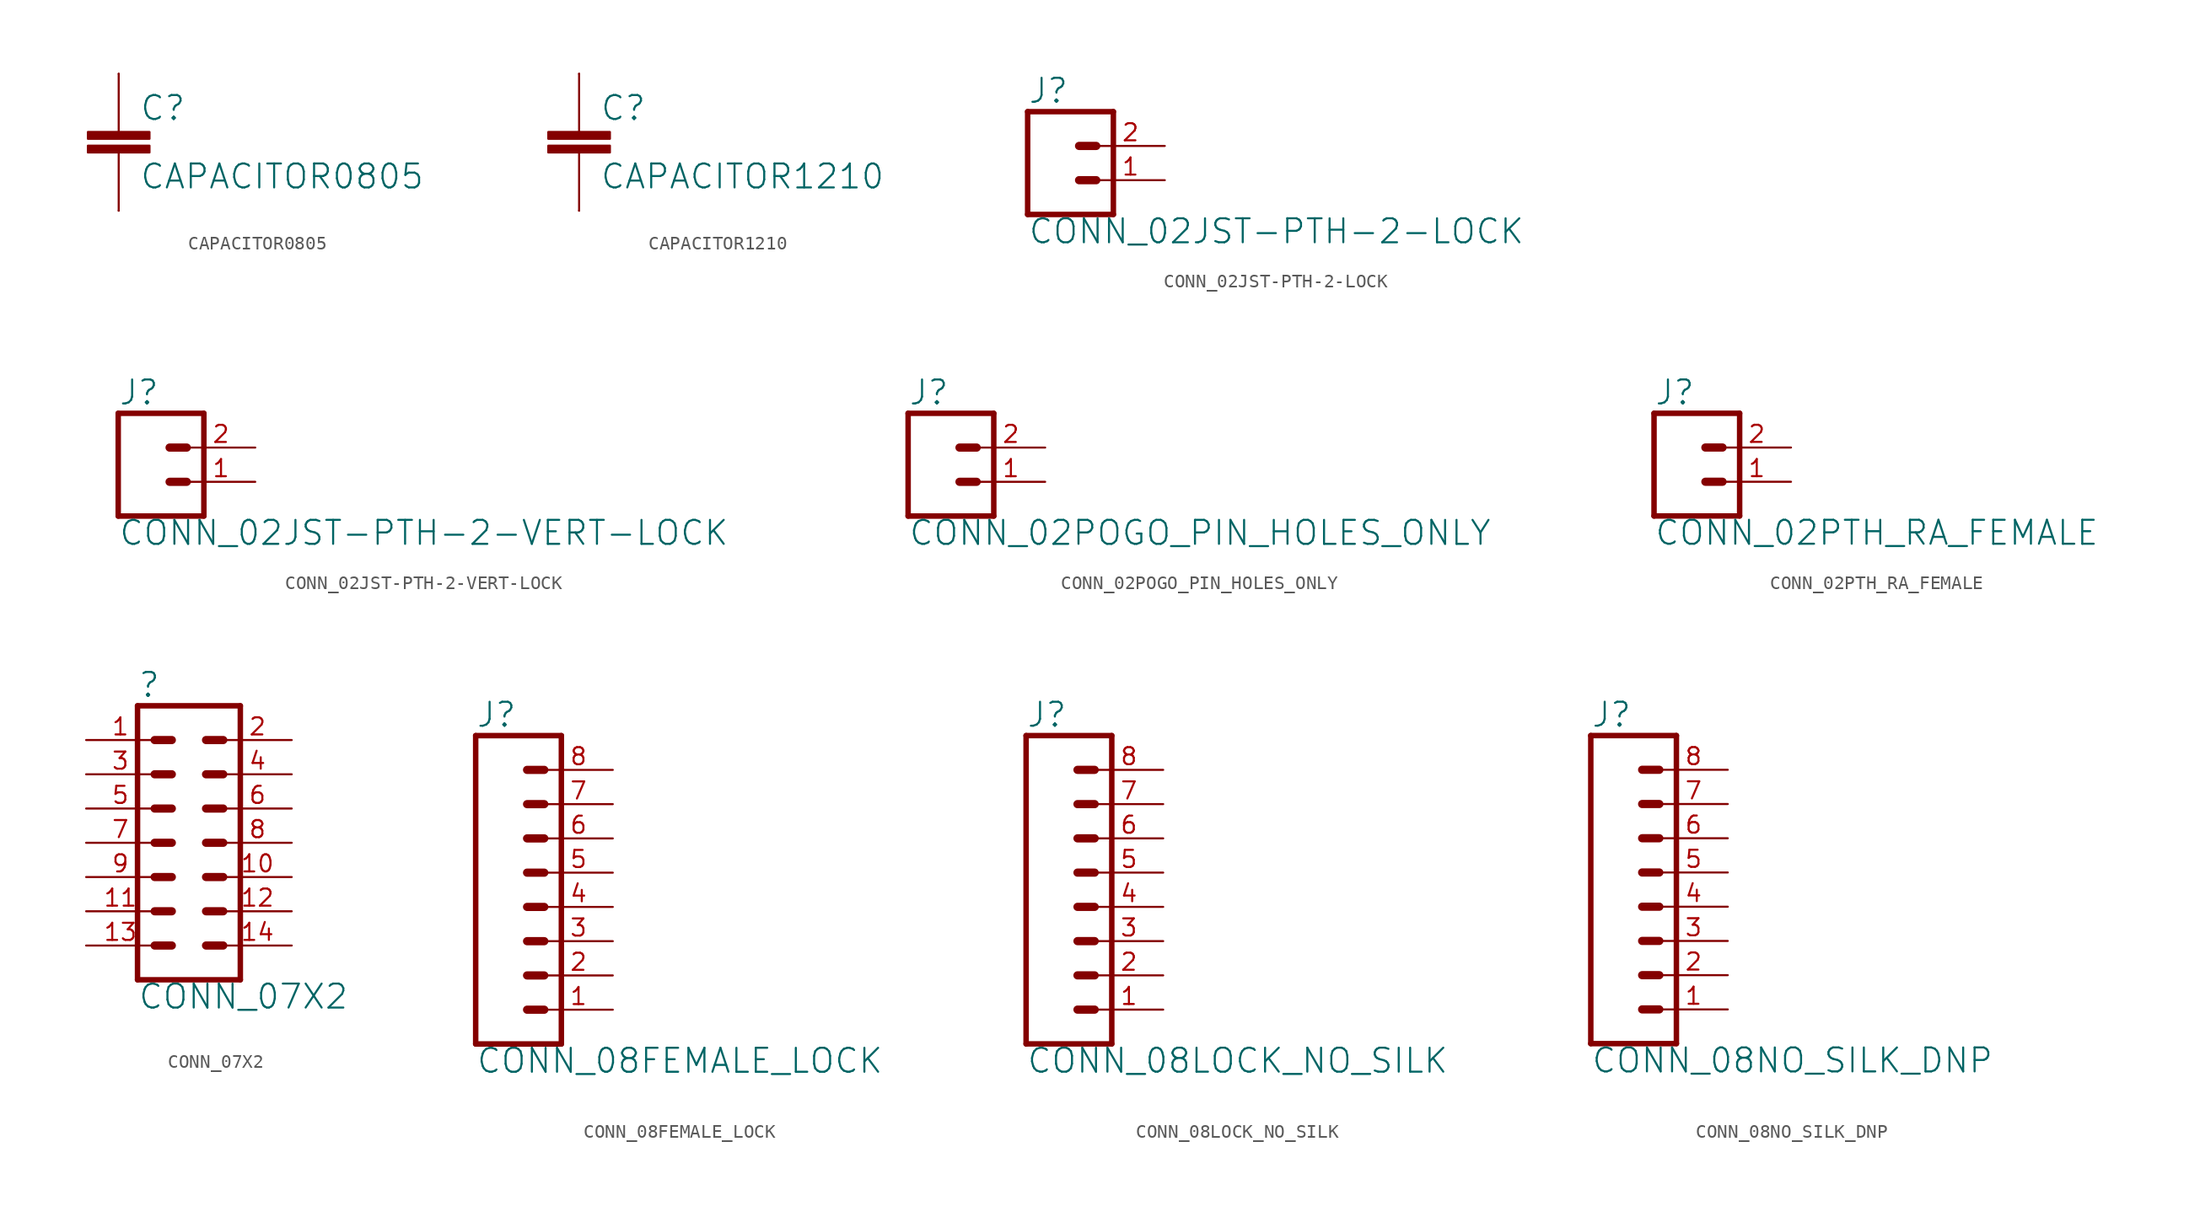
<source format=kicad_sym>
(kicad_symbol_lib
  (version 20211014)
  (generator kicad_symbol_editor)
  (symbol "CAPACITOR0805"
    (property "Reference" "C"
      (at 1.524 2.54 0)
      (effects (font (size 1.778 1.778)) (justify left)))
    (property "Value" "CAPACITOR0805"
      (at 1.524 -2.54 0)
      (effects (font (size 1.778 1.778)) (justify left)))
    (property "ki_locked" ""
      (at 0 0 0)
      (effects (font (size 1.27 1.27))))
    (symbol "CAPACITOR0805_1_0"
      (rectangle (start -2.286 -0.762) (end 2.286 -0.254) (stroke (width 0) (type default) (color 0 0 0 0)) (fill (type outline)))
      (rectangle (start -2.286 0.254) (end 2.286 0.762) (stroke (width 0) (type default) (color 0 0 0 0)) (fill (type outline)))
      (polyline (pts (xy 0 -0.762) (xy 0 -5.08)) (stroke (width 0.152) (type default) (color 0 0 0 0)) (fill (type none)))
      (polyline (pts (xy 0 5.08) (xy 0 0.762)) (stroke (width 0.152) (type default) (color 0 0 0 0)) (fill (type none)))
      (pin passive line (at 0 5.08 270) (length 0) (name "1" (effects (font (size 0 0)))) (number "1" (effects (font (size 0 0)))))
      (pin passive line (at 0 -5.08 90) (length 0) (name "2" (effects (font (size 0 0)))) (number "2" (effects (font (size 0 0)))))))
  (symbol "CAPACITOR1210"
    (property "Reference" "C"
      (at 1.524 2.54 0)
      (effects (font (size 1.778 1.778)) (justify left)))
    (property "Value" "CAPACITOR1210"
      (at 1.524 -2.54 0)
      (effects (font (size 1.778 1.778)) (justify left)))
    (property "ki_locked" ""
      (at 0 0 0)
      (effects (font (size 1.27 1.27))))
    (symbol "CAPACITOR1210_1_0"
      (rectangle (start -2.286 -0.762) (end 2.286 -0.254) (stroke (width 0) (type default) (color 0 0 0 0)) (fill (type outline)))
      (rectangle (start -2.286 0.254) (end 2.286 0.762) (stroke (width 0) (type default) (color 0 0 0 0)) (fill (type outline)))
      (polyline (pts (xy 0 -0.762) (xy 0 -5.08)) (stroke (width 0.152) (type default) (color 0 0 0 0)) (fill (type none)))
      (polyline (pts (xy 0 5.08) (xy 0 0.762)) (stroke (width 0.152) (type default) (color 0 0 0 0)) (fill (type none)))
      (pin passive line (at 0 5.08 270) (length 0) (name "1" (effects (font (size 0 0)))) (number "1" (effects (font (size 0 0)))))
      (pin passive line (at 0 -5.08 90) (length 0) (name "2" (effects (font (size 0 0)))) (number "2" (effects (font (size 0 0)))))))
  (symbol "CONN_02JST-PTH-2-LOCK"
    (property "Reference" "J"
      (at -2.54 5.588 0)
      (effects (font (size 1.778 1.778)) (justify left bottom)))
    (property "Value" "CONN_02JST-PTH-2-LOCK"
      (at -2.54 -4.826 0)
      (effects (font (size 1.778 1.778)) (justify left bottom)))
    (property "ki_locked" ""
      (at 0 0 0)
      (effects (font (size 1.27 1.27))))
    (symbol "CONN_02JST-PTH-2-LOCK_1_0"
      (polyline (pts (xy -2.54 5.08) (xy -2.54 -2.54)) (stroke (width 0.406) (type default) (color 0 0 0 0)) (fill (type none)))
      (polyline (pts (xy -2.54 5.08) (xy 3.81 5.08)) (stroke (width 0.406) (type default) (color 0 0 0 0)) (fill (type none)))
      (polyline (pts (xy 1.27 0) (xy 2.54 0)) (stroke (width 0.61) (type default) (color 0 0 0 0)) (fill (type none)))
      (polyline (pts (xy 1.27 2.54) (xy 2.54 2.54)) (stroke (width 0.61) (type default) (color 0 0 0 0)) (fill (type none)))
      (polyline (pts (xy 3.81 -2.54) (xy -2.54 -2.54)) (stroke (width 0.406) (type default) (color 0 0 0 0)) (fill (type none)))
      (polyline (pts (xy 3.81 -2.54) (xy 3.81 5.08)) (stroke (width 0.406) (type default) (color 0 0 0 0)) (fill (type none)))
      (pin passive line (at 7.62 0 180) (length 5.08) (name "1" (effects (font (size 0 0)))) (number "1" (effects (font (size 1.27 1.27)))))
      (pin passive line (at 7.62 2.54 180) (length 5.08) (name "2" (effects (font (size 0 0)))) (number "2" (effects (font (size 1.27 1.27)))))))
  (symbol "CONN_02JST-PTH-2-VERT-LOCK"
    (property "Reference" "J"
      (at -2.54 5.588 0)
      (effects (font (size 1.778 1.778)) (justify left bottom)))
    (property "Value" "CONN_02JST-PTH-2-VERT-LOCK"
      (at -2.54 -4.826 0)
      (effects (font (size 1.778 1.778)) (justify left bottom)))
    (property "ki_locked" ""
      (at 0 0 0)
      (effects (font (size 1.27 1.27))))
    (symbol "CONN_02JST-PTH-2-VERT-LOCK_1_0"
      (polyline (pts (xy -2.54 5.08) (xy -2.54 -2.54)) (stroke (width 0.406) (type default) (color 0 0 0 0)) (fill (type none)))
      (polyline (pts (xy -2.54 5.08) (xy 3.81 5.08)) (stroke (width 0.406) (type default) (color 0 0 0 0)) (fill (type none)))
      (polyline (pts (xy 1.27 0) (xy 2.54 0)) (stroke (width 0.61) (type default) (color 0 0 0 0)) (fill (type none)))
      (polyline (pts (xy 1.27 2.54) (xy 2.54 2.54)) (stroke (width 0.61) (type default) (color 0 0 0 0)) (fill (type none)))
      (polyline (pts (xy 3.81 -2.54) (xy -2.54 -2.54)) (stroke (width 0.406) (type default) (color 0 0 0 0)) (fill (type none)))
      (polyline (pts (xy 3.81 -2.54) (xy 3.81 5.08)) (stroke (width 0.406) (type default) (color 0 0 0 0)) (fill (type none)))
      (pin passive line (at 7.62 0 180) (length 5.08) (name "1" (effects (font (size 0 0)))) (number "1" (effects (font (size 1.27 1.27)))))
      (pin passive line (at 7.62 2.54 180) (length 5.08) (name "2" (effects (font (size 0 0)))) (number "2" (effects (font (size 1.27 1.27)))))))
  (symbol "CONN_02POGO_PIN_HOLES_ONLY"
    (property "Reference" "J"
      (at -2.54 5.588 0)
      (effects (font (size 1.778 1.778)) (justify left bottom)))
    (property "Value" "CONN_02POGO_PIN_HOLES_ONLY"
      (at -2.54 -4.826 0)
      (effects (font (size 1.778 1.778)) (justify left bottom)))
    (property "ki_locked" ""
      (at 0 0 0)
      (effects (font (size 1.27 1.27))))
    (symbol "CONN_02POGO_PIN_HOLES_ONLY_1_0"
      (polyline (pts (xy -2.54 5.08) (xy -2.54 -2.54)) (stroke (width 0.406) (type default) (color 0 0 0 0)) (fill (type none)))
      (polyline (pts (xy -2.54 5.08) (xy 3.81 5.08)) (stroke (width 0.406) (type default) (color 0 0 0 0)) (fill (type none)))
      (polyline (pts (xy 1.27 0) (xy 2.54 0)) (stroke (width 0.61) (type default) (color 0 0 0 0)) (fill (type none)))
      (polyline (pts (xy 1.27 2.54) (xy 2.54 2.54)) (stroke (width 0.61) (type default) (color 0 0 0 0)) (fill (type none)))
      (polyline (pts (xy 3.81 -2.54) (xy -2.54 -2.54)) (stroke (width 0.406) (type default) (color 0 0 0 0)) (fill (type none)))
      (polyline (pts (xy 3.81 -2.54) (xy 3.81 5.08)) (stroke (width 0.406) (type default) (color 0 0 0 0)) (fill (type none)))
      (pin passive line (at 7.62 0 180) (length 5.08) (name "1" (effects (font (size 0 0)))) (number "1" (effects (font (size 1.27 1.27)))))
      (pin passive line (at 7.62 2.54 180) (length 5.08) (name "2" (effects (font (size 0 0)))) (number "2" (effects (font (size 1.27 1.27)))))))
  (symbol "CONN_02PTH_RA_FEMALE"
    (property "Reference" "J"
      (at -2.54 5.588 0)
      (effects (font (size 1.778 1.778)) (justify left bottom)))
    (property "Value" "CONN_02PTH_RA_FEMALE"
      (at -2.54 -4.826 0)
      (effects (font (size 1.778 1.778)) (justify left bottom)))
    (property "ki_locked" ""
      (at 0 0 0)
      (effects (font (size 1.27 1.27))))
    (symbol "CONN_02PTH_RA_FEMALE_1_0"
      (polyline (pts (xy -2.54 5.08) (xy -2.54 -2.54)) (stroke (width 0.406) (type default) (color 0 0 0 0)) (fill (type none)))
      (polyline (pts (xy -2.54 5.08) (xy 3.81 5.08)) (stroke (width 0.406) (type default) (color 0 0 0 0)) (fill (type none)))
      (polyline (pts (xy 1.27 0) (xy 2.54 0)) (stroke (width 0.61) (type default) (color 0 0 0 0)) (fill (type none)))
      (polyline (pts (xy 1.27 2.54) (xy 2.54 2.54)) (stroke (width 0.61) (type default) (color 0 0 0 0)) (fill (type none)))
      (polyline (pts (xy 3.81 -2.54) (xy -2.54 -2.54)) (stroke (width 0.406) (type default) (color 0 0 0 0)) (fill (type none)))
      (polyline (pts (xy 3.81 -2.54) (xy 3.81 5.08)) (stroke (width 0.406) (type default) (color 0 0 0 0)) (fill (type none)))
      (pin passive line (at 7.62 0 180) (length 5.08) (name "1" (effects (font (size 0 0)))) (number "1" (effects (font (size 1.27 1.27)))))
      (pin passive line (at 7.62 2.54 180) (length 5.08) (name "2" (effects (font (size 0 0)))) (number "2" (effects (font (size 1.27 1.27)))))))
  (symbol "CONN_07X2"
    (property "Reference" ""
      (at -3.81 10.668 0)
      (effects (font (size 1.778 1.778)) (justify left bottom)))
    (property "Value" "CONN_07X2"
      (at -3.81 -12.446 0)
      (effects (font (size 1.778 1.778)) (justify left bottom)))
    (property "ki_locked" ""
      (at 0 0 0)
      (effects (font (size 1.27 1.27))))
    (symbol "CONN_07X2_1_0"
      (polyline (pts (xy -3.81 10.16) (xy -3.81 -10.16)) (stroke (width 0.406) (type default) (color 0 0 0 0)) (fill (type none)))
      (polyline (pts (xy -3.81 10.16) (xy 3.81 10.16)) (stroke (width 0.406) (type default) (color 0 0 0 0)) (fill (type none)))
      (polyline (pts (xy -1.27 -7.62) (xy -2.54 -7.62)) (stroke (width 0.61) (type default) (color 0 0 0 0)) (fill (type none)))
      (polyline (pts (xy -1.27 -5.08) (xy -2.54 -5.08)) (stroke (width 0.61) (type default) (color 0 0 0 0)) (fill (type none)))
      (polyline (pts (xy -1.27 -2.54) (xy -2.54 -2.54)) (stroke (width 0.61) (type default) (color 0 0 0 0)) (fill (type none)))
      (polyline (pts (xy -1.27 0) (xy -2.54 0)) (stroke (width 0.61) (type default) (color 0 0 0 0)) (fill (type none)))
      (polyline (pts (xy -1.27 2.54) (xy -2.54 2.54)) (stroke (width 0.61) (type default) (color 0 0 0 0)) (fill (type none)))
      (polyline (pts (xy -1.27 5.08) (xy -2.54 5.08)) (stroke (width 0.61) (type default) (color 0 0 0 0)) (fill (type none)))
      (polyline (pts (xy -1.27 7.62) (xy -2.54 7.62)) (stroke (width 0.61) (type default) (color 0 0 0 0)) (fill (type none)))
      (polyline (pts (xy 1.27 -7.62) (xy 2.54 -7.62)) (stroke (width 0.61) (type default) (color 0 0 0 0)) (fill (type none)))
      (polyline (pts (xy 1.27 -5.08) (xy 2.54 -5.08)) (stroke (width 0.61) (type default) (color 0 0 0 0)) (fill (type none)))
      (polyline (pts (xy 1.27 -2.54) (xy 2.54 -2.54)) (stroke (width 0.61) (type default) (color 0 0 0 0)) (fill (type none)))
      (polyline (pts (xy 1.27 0) (xy 2.54 0)) (stroke (width 0.61) (type default) (color 0 0 0 0)) (fill (type none)))
      (polyline (pts (xy 1.27 2.54) (xy 2.54 2.54)) (stroke (width 0.61) (type default) (color 0 0 0 0)) (fill (type none)))
      (polyline (pts (xy 1.27 5.08) (xy 2.54 5.08)) (stroke (width 0.61) (type default) (color 0 0 0 0)) (fill (type none)))
      (polyline (pts (xy 1.27 7.62) (xy 2.54 7.62)) (stroke (width 0.61) (type default) (color 0 0 0 0)) (fill (type none)))
      (polyline (pts (xy 3.81 -10.16) (xy -3.81 -10.16)) (stroke (width 0.406) (type default) (color 0 0 0 0)) (fill (type none)))
      (polyline (pts (xy 3.81 -10.16) (xy 3.81 10.16)) (stroke (width 0.406) (type default) (color 0 0 0 0)) (fill (type none)))
      (pin passive line (at -7.62 7.62 0) (length 5.08) (name "1" (effects (font (size 0 0)))) (number "1" (effects (font (size 1.27 1.27)))))
      (pin passive line (at 7.62 -2.54 180) (length 5.08) (name "10" (effects (font (size 0 0)))) (number "10" (effects (font (size 1.27 1.27)))))
      (pin passive line (at -7.62 -5.08 0) (length 5.08) (name "11" (effects (font (size 0 0)))) (number "11" (effects (font (size 1.27 1.27)))))
      (pin passive line (at 7.62 -5.08 180) (length 5.08) (name "12" (effects (font (size 0 0)))) (number "12" (effects (font (size 1.27 1.27)))))
      (pin passive line (at -7.62 -7.62 0) (length 5.08) (name "13" (effects (font (size 0 0)))) (number "13" (effects (font (size 1.27 1.27)))))
      (pin passive line (at 7.62 -7.62 180) (length 5.08) (name "14" (effects (font (size 0 0)))) (number "14" (effects (font (size 1.27 1.27)))))
      (pin passive line (at 7.62 7.62 180) (length 5.08) (name "2" (effects (font (size 0 0)))) (number "2" (effects (font (size 1.27 1.27)))))
      (pin passive line (at -7.62 5.08 0) (length 5.08) (name "3" (effects (font (size 0 0)))) (number "3" (effects (font (size 1.27 1.27)))))
      (pin passive line (at 7.62 5.08 180) (length 5.08) (name "4" (effects (font (size 0 0)))) (number "4" (effects (font (size 1.27 1.27)))))
      (pin passive line (at -7.62 2.54 0) (length 5.08) (name "5" (effects (font (size 0 0)))) (number "5" (effects (font (size 1.27 1.27)))))
      (pin passive line (at 7.62 2.54 180) (length 5.08) (name "6" (effects (font (size 0 0)))) (number "6" (effects (font (size 1.27 1.27)))))
      (pin passive line (at -7.62 0 0) (length 5.08) (name "7" (effects (font (size 0 0)))) (number "7" (effects (font (size 1.27 1.27)))))
      (pin passive line (at 7.62 0 180) (length 5.08) (name "8" (effects (font (size 0 0)))) (number "8" (effects (font (size 1.27 1.27)))))
      (pin passive line (at -7.62 -2.54 0) (length 5.08) (name "9" (effects (font (size 0 0)))) (number "9" (effects (font (size 1.27 1.27)))))))
  (symbol "CONN_08FEMALE_LOCK"
    (property "Reference" "J"
      (at -5.08 13.208 0)
      (effects (font (size 1.778 1.778)) (justify left bottom)))
    (property "Value" "CONN_08FEMALE_LOCK"
      (at -5.08 -12.446 0)
      (effects (font (size 1.778 1.778)) (justify left bottom)))
    (property "ki_locked" ""
      (at 0 0 0)
      (effects (font (size 1.27 1.27))))
    (symbol "CONN_08FEMALE_LOCK_1_0"
      (polyline (pts (xy -5.08 12.7) (xy -5.08 -10.16)) (stroke (width 0.406) (type default) (color 0 0 0 0)) (fill (type none)))
      (polyline (pts (xy -5.08 12.7) (xy 1.27 12.7)) (stroke (width 0.406) (type default) (color 0 0 0 0)) (fill (type none)))
      (polyline (pts (xy -1.27 -7.62) (xy 0 -7.62)) (stroke (width 0.61) (type default) (color 0 0 0 0)) (fill (type none)))
      (polyline (pts (xy -1.27 -5.08) (xy 0 -5.08)) (stroke (width 0.61) (type default) (color 0 0 0 0)) (fill (type none)))
      (polyline (pts (xy -1.27 -2.54) (xy 0 -2.54)) (stroke (width 0.61) (type default) (color 0 0 0 0)) (fill (type none)))
      (polyline (pts (xy -1.27 0) (xy 0 0)) (stroke (width 0.61) (type default) (color 0 0 0 0)) (fill (type none)))
      (polyline (pts (xy -1.27 2.54) (xy 0 2.54)) (stroke (width 0.61) (type default) (color 0 0 0 0)) (fill (type none)))
      (polyline (pts (xy -1.27 5.08) (xy 0 5.08)) (stroke (width 0.61) (type default) (color 0 0 0 0)) (fill (type none)))
      (polyline (pts (xy -1.27 7.62) (xy 0 7.62)) (stroke (width 0.61) (type default) (color 0 0 0 0)) (fill (type none)))
      (polyline (pts (xy -1.27 10.16) (xy 0 10.16)) (stroke (width 0.61) (type default) (color 0 0 0 0)) (fill (type none)))
      (polyline (pts (xy 1.27 -10.16) (xy -5.08 -10.16)) (stroke (width 0.406) (type default) (color 0 0 0 0)) (fill (type none)))
      (polyline (pts (xy 1.27 -10.16) (xy 1.27 12.7)) (stroke (width 0.406) (type default) (color 0 0 0 0)) (fill (type none)))
      (pin passive line (at 5.08 -7.62 180) (length 5.08) (name "1" (effects (font (size 0 0)))) (number "1" (effects (font (size 1.27 1.27)))))
      (pin passive line (at 5.08 -5.08 180) (length 5.08) (name "2" (effects (font (size 0 0)))) (number "2" (effects (font (size 1.27 1.27)))))
      (pin passive line (at 5.08 -2.54 180) (length 5.08) (name "3" (effects (font (size 0 0)))) (number "3" (effects (font (size 1.27 1.27)))))
      (pin passive line (at 5.08 0 180) (length 5.08) (name "4" (effects (font (size 0 0)))) (number "4" (effects (font (size 1.27 1.27)))))
      (pin passive line (at 5.08 2.54 180) (length 5.08) (name "5" (effects (font (size 0 0)))) (number "5" (effects (font (size 1.27 1.27)))))
      (pin passive line (at 5.08 5.08 180) (length 5.08) (name "6" (effects (font (size 0 0)))) (number "6" (effects (font (size 1.27 1.27)))))
      (pin passive line (at 5.08 7.62 180) (length 5.08) (name "7" (effects (font (size 0 0)))) (number "7" (effects (font (size 1.27 1.27)))))
      (pin passive line (at 5.08 10.16 180) (length 5.08) (name "8" (effects (font (size 0 0)))) (number "8" (effects (font (size 1.27 1.27)))))))
  (symbol "CONN_08LOCK_NO_SILK"
    (property "Reference" "J"
      (at -5.08 13.208 0)
      (effects (font (size 1.778 1.778)) (justify left bottom)))
    (property "Value" "CONN_08LOCK_NO_SILK"
      (at -5.08 -12.446 0)
      (effects (font (size 1.778 1.778)) (justify left bottom)))
    (property "ki_locked" ""
      (at 0 0 0)
      (effects (font (size 1.27 1.27))))
    (symbol "CONN_08LOCK_NO_SILK_1_0"
      (polyline (pts (xy -5.08 12.7) (xy -5.08 -10.16)) (stroke (width 0.406) (type default) (color 0 0 0 0)) (fill (type none)))
      (polyline (pts (xy -5.08 12.7) (xy 1.27 12.7)) (stroke (width 0.406) (type default) (color 0 0 0 0)) (fill (type none)))
      (polyline (pts (xy -1.27 -7.62) (xy 0 -7.62)) (stroke (width 0.61) (type default) (color 0 0 0 0)) (fill (type none)))
      (polyline (pts (xy -1.27 -5.08) (xy 0 -5.08)) (stroke (width 0.61) (type default) (color 0 0 0 0)) (fill (type none)))
      (polyline (pts (xy -1.27 -2.54) (xy 0 -2.54)) (stroke (width 0.61) (type default) (color 0 0 0 0)) (fill (type none)))
      (polyline (pts (xy -1.27 0) (xy 0 0)) (stroke (width 0.61) (type default) (color 0 0 0 0)) (fill (type none)))
      (polyline (pts (xy -1.27 2.54) (xy 0 2.54)) (stroke (width 0.61) (type default) (color 0 0 0 0)) (fill (type none)))
      (polyline (pts (xy -1.27 5.08) (xy 0 5.08)) (stroke (width 0.61) (type default) (color 0 0 0 0)) (fill (type none)))
      (polyline (pts (xy -1.27 7.62) (xy 0 7.62)) (stroke (width 0.61) (type default) (color 0 0 0 0)) (fill (type none)))
      (polyline (pts (xy -1.27 10.16) (xy 0 10.16)) (stroke (width 0.61) (type default) (color 0 0 0 0)) (fill (type none)))
      (polyline (pts (xy 1.27 -10.16) (xy -5.08 -10.16)) (stroke (width 0.406) (type default) (color 0 0 0 0)) (fill (type none)))
      (polyline (pts (xy 1.27 -10.16) (xy 1.27 12.7)) (stroke (width 0.406) (type default) (color 0 0 0 0)) (fill (type none)))
      (pin passive line (at 5.08 -7.62 180) (length 5.08) (name "1" (effects (font (size 0 0)))) (number "1" (effects (font (size 1.27 1.27)))))
      (pin passive line (at 5.08 -5.08 180) (length 5.08) (name "2" (effects (font (size 0 0)))) (number "2" (effects (font (size 1.27 1.27)))))
      (pin passive line (at 5.08 -2.54 180) (length 5.08) (name "3" (effects (font (size 0 0)))) (number "3" (effects (font (size 1.27 1.27)))))
      (pin passive line (at 5.08 0 180) (length 5.08) (name "4" (effects (font (size 0 0)))) (number "4" (effects (font (size 1.27 1.27)))))
      (pin passive line (at 5.08 2.54 180) (length 5.08) (name "5" (effects (font (size 0 0)))) (number "5" (effects (font (size 1.27 1.27)))))
      (pin passive line (at 5.08 5.08 180) (length 5.08) (name "6" (effects (font (size 0 0)))) (number "6" (effects (font (size 1.27 1.27)))))
      (pin passive line (at 5.08 7.62 180) (length 5.08) (name "7" (effects (font (size 0 0)))) (number "7" (effects (font (size 1.27 1.27)))))
      (pin passive line (at 5.08 10.16 180) (length 5.08) (name "8" (effects (font (size 0 0)))) (number "8" (effects (font (size 1.27 1.27)))))))
  (symbol "CONN_08NO_SILK_DNP"
    (property "Reference" "J"
      (at -5.08 13.208 0)
      (effects (font (size 1.778 1.778)) (justify left bottom)))
    (property "Value" "CONN_08NO_SILK_DNP"
      (at -5.08 -12.446 0)
      (effects (font (size 1.778 1.778)) (justify left bottom)))
    (property "ki_locked" ""
      (at 0 0 0)
      (effects (font (size 1.27 1.27))))
    (symbol "CONN_08NO_SILK_DNP_1_0"
      (polyline (pts (xy -5.08 12.7) (xy -5.08 -10.16)) (stroke (width 0.406) (type default) (color 0 0 0 0)) (fill (type none)))
      (polyline (pts (xy -5.08 12.7) (xy 1.27 12.7)) (stroke (width 0.406) (type default) (color 0 0 0 0)) (fill (type none)))
      (polyline (pts (xy -1.27 -7.62) (xy 0 -7.62)) (stroke (width 0.61) (type default) (color 0 0 0 0)) (fill (type none)))
      (polyline (pts (xy -1.27 -5.08) (xy 0 -5.08)) (stroke (width 0.61) (type default) (color 0 0 0 0)) (fill (type none)))
      (polyline (pts (xy -1.27 -2.54) (xy 0 -2.54)) (stroke (width 0.61) (type default) (color 0 0 0 0)) (fill (type none)))
      (polyline (pts (xy -1.27 0) (xy 0 0)) (stroke (width 0.61) (type default) (color 0 0 0 0)) (fill (type none)))
      (polyline (pts (xy -1.27 2.54) (xy 0 2.54)) (stroke (width 0.61) (type default) (color 0 0 0 0)) (fill (type none)))
      (polyline (pts (xy -1.27 5.08) (xy 0 5.08)) (stroke (width 0.61) (type default) (color 0 0 0 0)) (fill (type none)))
      (polyline (pts (xy -1.27 7.62) (xy 0 7.62)) (stroke (width 0.61) (type default) (color 0 0 0 0)) (fill (type none)))
      (polyline (pts (xy -1.27 10.16) (xy 0 10.16)) (stroke (width 0.61) (type default) (color 0 0 0 0)) (fill (type none)))
      (polyline (pts (xy 1.27 -10.16) (xy -5.08 -10.16)) (stroke (width 0.406) (type default) (color 0 0 0 0)) (fill (type none)))
      (polyline (pts (xy 1.27 -10.16) (xy 1.27 12.7)) (stroke (width 0.406) (type default) (color 0 0 0 0)) (fill (type none)))
      (pin passive line (at 5.08 -7.62 180) (length 5.08) (name "1" (effects (font (size 0 0)))) (number "1" (effects (font (size 1.27 1.27)))))
      (pin passive line (at 5.08 -5.08 180) (length 5.08) (name "2" (effects (font (size 0 0)))) (number "2" (effects (font (size 1.27 1.27)))))
      (pin passive line (at 5.08 -2.54 180) (length 5.08) (name "3" (effects (font (size 0 0)))) (number "3" (effects (font (size 1.27 1.27)))))
      (pin passive line (at 5.08 0 180) (length 5.08) (name "4" (effects (font (size 0 0)))) (number "4" (effects (font (size 1.27 1.27)))))
      (pin passive line (at 5.08 2.54 180) (length 5.08) (name "5" (effects (font (size 0 0)))) (number "5" (effects (font (size 1.27 1.27)))))
      (pin passive line (at 5.08 5.08 180) (length 5.08) (name "6" (effects (font (size 0 0)))) (number "6" (effects (font (size 1.27 1.27)))))
      (pin passive line (at 5.08 7.62 180) (length 5.08) (name "7" (effects (font (size 0 0)))) (number "7" (effects (font (size 1.27 1.27)))))
      (pin passive line (at 5.08 10.16 180) (length 5.08) (name "8" (effects (font (size 0 0)))) (number "8" (effects (font (size 1.27 1.27))))))))
</source>
